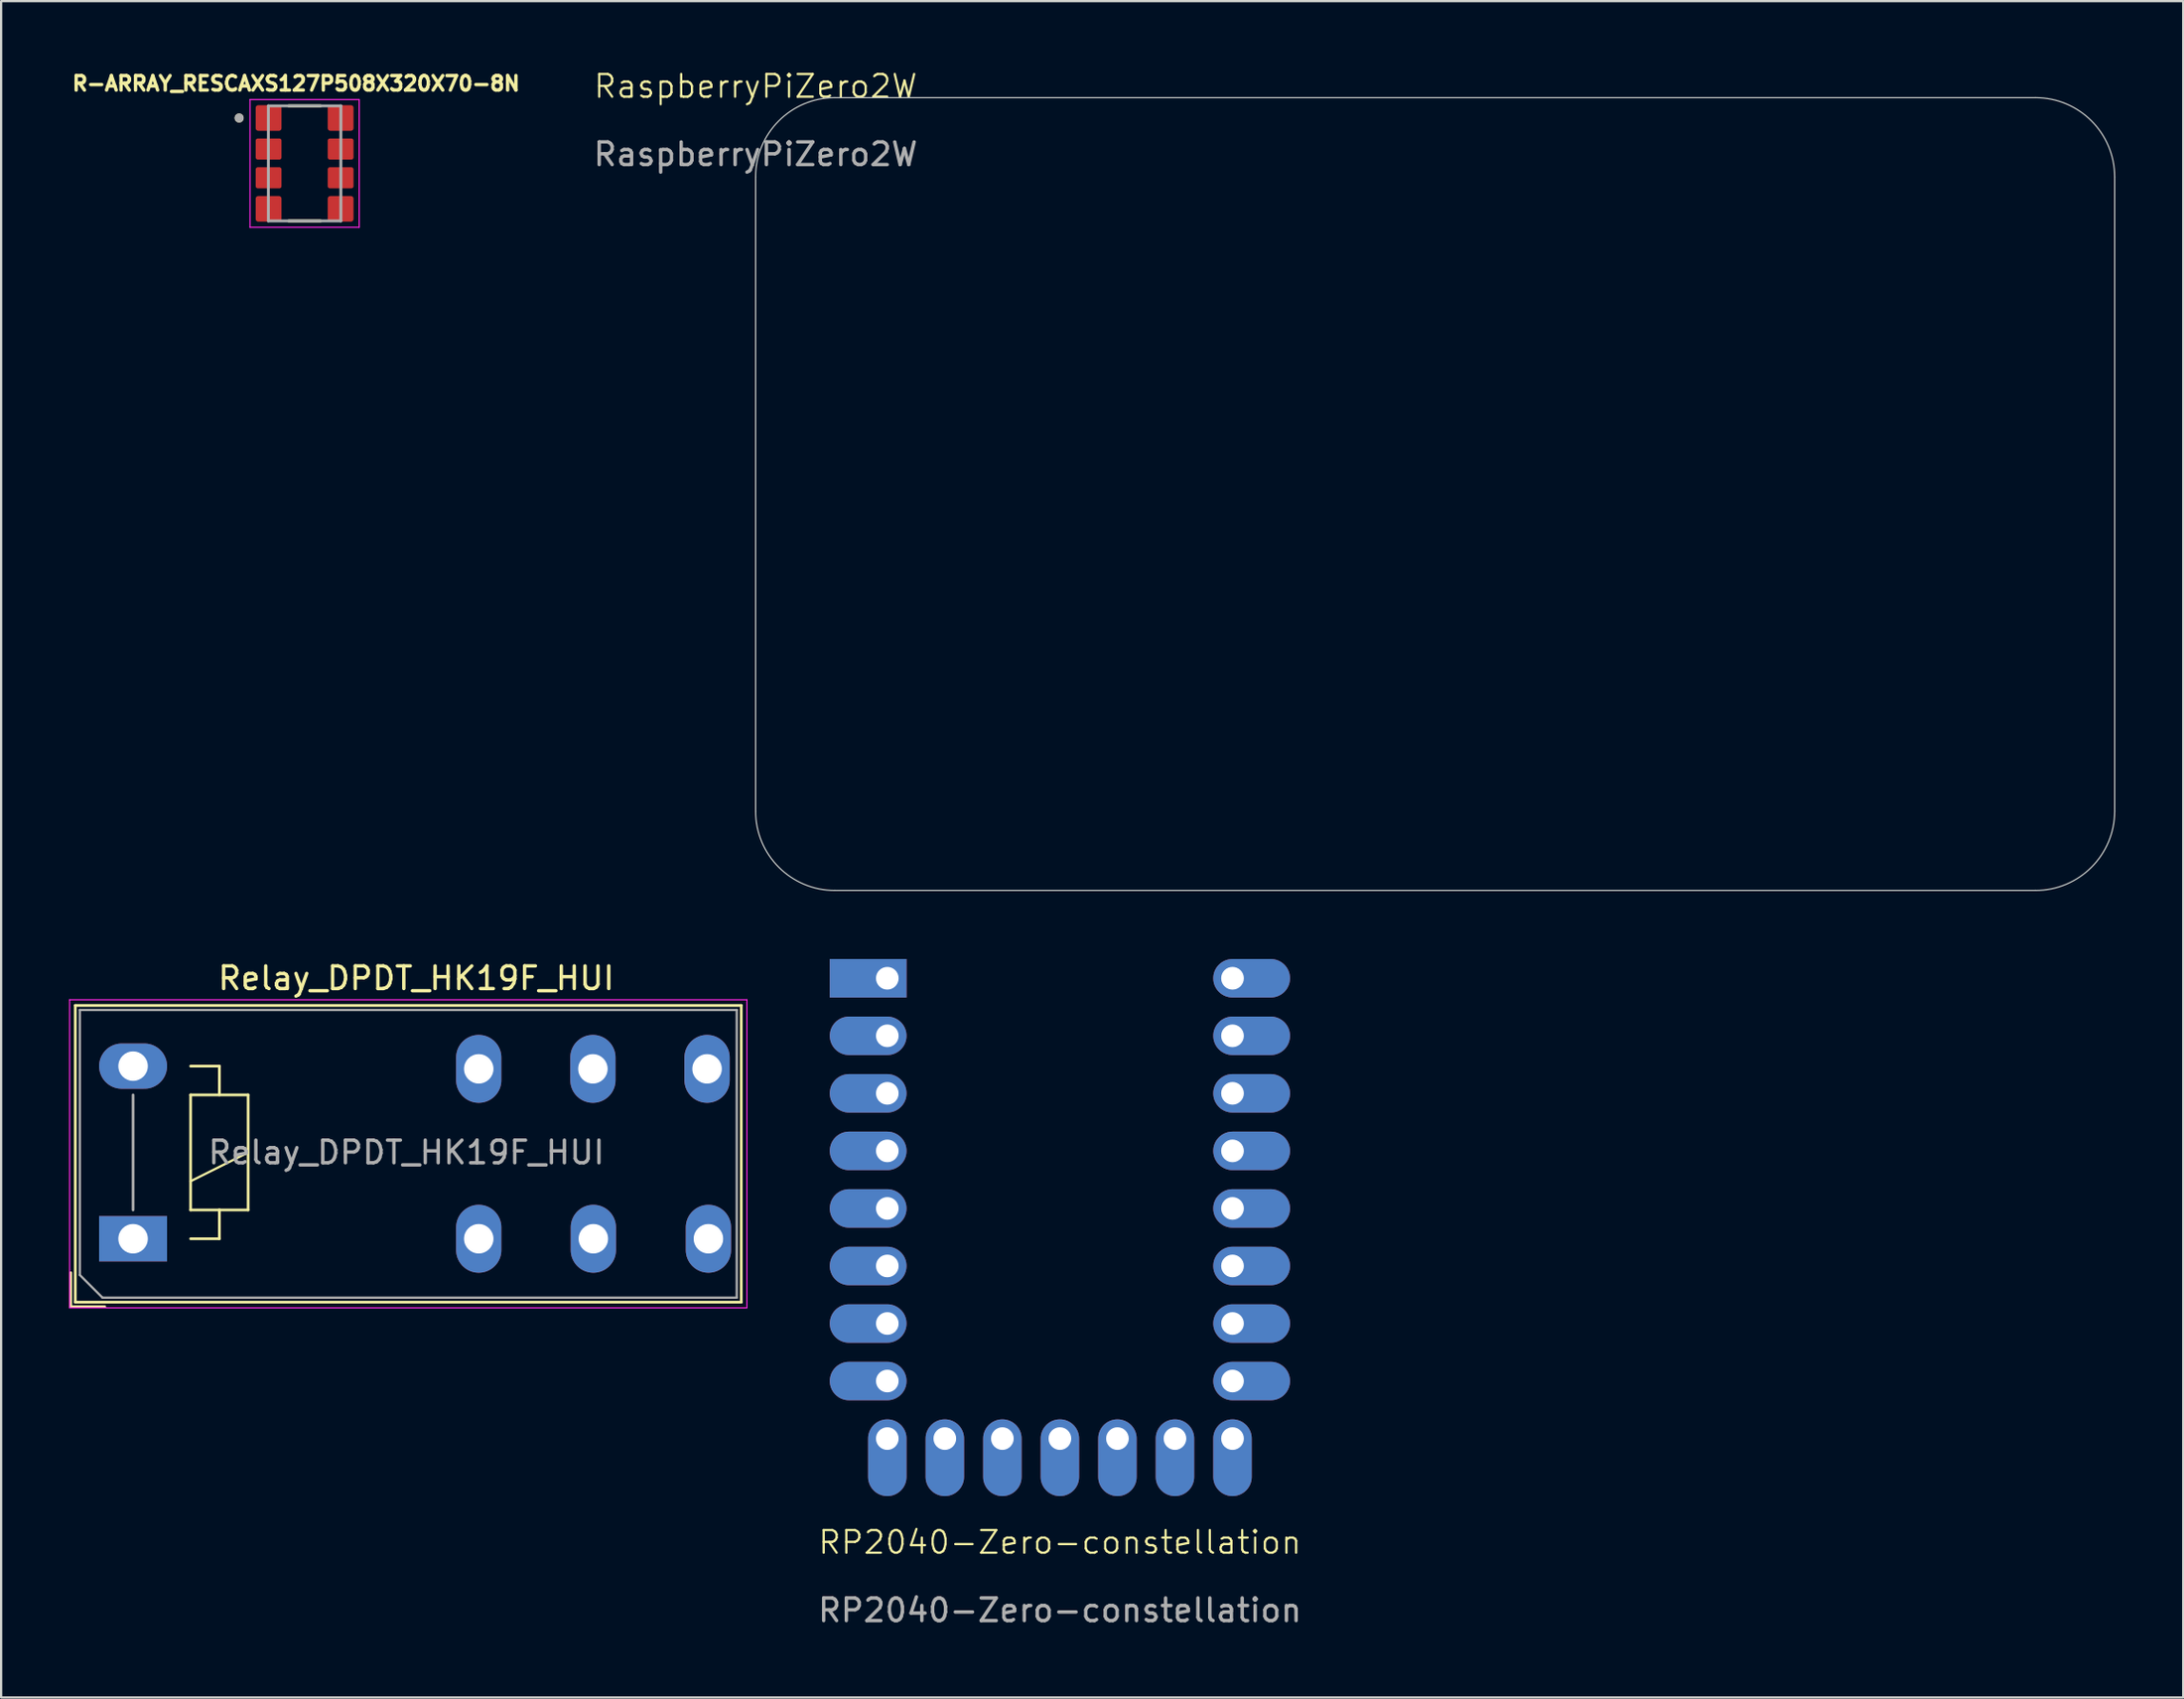
<source format=kicad_pcb>
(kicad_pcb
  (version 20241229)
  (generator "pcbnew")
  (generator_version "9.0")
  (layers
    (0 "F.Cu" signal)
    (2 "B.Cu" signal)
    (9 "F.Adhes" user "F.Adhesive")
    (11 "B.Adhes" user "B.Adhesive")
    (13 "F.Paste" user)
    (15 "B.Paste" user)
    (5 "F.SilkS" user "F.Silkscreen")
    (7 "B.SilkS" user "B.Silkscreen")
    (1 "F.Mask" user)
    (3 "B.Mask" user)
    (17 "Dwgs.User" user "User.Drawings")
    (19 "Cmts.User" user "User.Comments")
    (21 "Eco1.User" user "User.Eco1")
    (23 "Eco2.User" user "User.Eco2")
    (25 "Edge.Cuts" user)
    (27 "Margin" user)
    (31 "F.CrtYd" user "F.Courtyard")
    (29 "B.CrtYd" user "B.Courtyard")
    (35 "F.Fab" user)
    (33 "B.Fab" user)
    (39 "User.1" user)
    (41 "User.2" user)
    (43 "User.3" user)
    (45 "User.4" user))
  (footprint "Relay_DPDT_HK19F_HUI"
    (layer "F.Cu")
    (at 2.825 51.634)
    (property "Reference" "Relay_DPDT_HK19F_HUI" (at 12.5 -11.5 0) (layer "F.SilkS") (effects (font (size 1 1) (thickness 0.15))))
    (attr through_hole)
    (fp_line (start -2.75 1.5) (end -2.75 3) (stroke (width 0.12) (type solid)) (layer "F.SilkS"))
    (fp_line (start -2.75 3) (end -1.25 3) (stroke (width 0.12) (type solid)) (layer "F.SilkS"))
    (fp_line (start -2.55 -10.3) (end -2.55 2.8) (stroke (width 0.12) (type solid)) (layer "F.SilkS"))
    (fp_line (start -2.55 2.8) (end 26.85 2.8) (stroke (width 0.12) (type solid)) (layer "F.SilkS"))
    (fp_line (start 2.54 -6.35) (end 2.54 -1.27) (stroke (width 0.12) (type solid)) (layer "F.SilkS"))
    (fp_line (start 2.54 -2.54) (end 5.08 -3.81) (stroke (width 0.1) (type solid)) (layer "F.SilkS"))
    (fp_line (start 2.54 -1.27) (end 3.81 -1.27) (stroke (width 0.12) (type solid)) (layer "F.SilkS"))
    (fp_line (start 2.54 0) (end 3.81 0) (stroke (width 0.12) (type solid)) (layer "F.SilkS"))
    (fp_line (start 3.81 -7.62) (end 2.54 -7.62) (stroke (width 0.12) (type solid)) (layer "F.SilkS"))
    (fp_line (start 3.81 -6.35) (end 3.81 -7.62) (stroke (width 0.12) (type solid)) (layer "F.SilkS"))
    (fp_line (start 3.81 -1.27) (end 5.08 -1.27) (stroke (width 0.12) (type solid)) (layer "F.SilkS"))
    (fp_line (start 3.81 0) (end 3.81 -1.27) (stroke (width 0.12) (type solid)) (layer "F.SilkS"))
    (fp_line (start 5.08 -6.35) (end 2.54 -6.35) (stroke (width 0.12) (type solid)) (layer "F.SilkS"))
    (fp_line (start 5.08 -1.27) (end 5.08 -6.35) (stroke (width 0.12) (type solid)) (layer "F.SilkS"))
    (fp_line (start 26.85 -10.3) (end -2.55 -10.3) (stroke (width 0.12) (type solid)) (layer "F.SilkS"))
    (fp_line (start 26.85 2.8) (end 26.85 -10.3) (stroke (width 0.12) (type solid)) (layer "F.SilkS"))
    (fp_line (start -2.8 -10.55) (end -2.8 3.05) (stroke (width 0.05) (type solid)) (layer "F.CrtYd"))
    (fp_line (start -2.8 3.05) (end 27.1 3.05) (stroke (width 0.05) (type solid)) (layer "F.CrtYd"))
    (fp_line (start 27.1 -10.55) (end -2.8 -10.55) (stroke (width 0.05) (type solid)) (layer "F.CrtYd"))
    (fp_line (start 27.1 3.05) (end 27.1 -10.55) (stroke (width 0.05) (type solid)) (layer "F.CrtYd"))
    (fp_line (start -2.35 -10.1) (end -2.35 1.6) (stroke (width 0.1) (type solid)) (layer "F.Fab"))
    (fp_line (start -2.35 1.6) (end -1.35 2.6) (stroke (width 0.1) (type solid)) (layer "F.Fab"))
    (fp_line (start -1.35 2.6) (end 26.65 2.6) (stroke (width 0.1) (type solid)) (layer "F.Fab"))
    (fp_line (start 0 -1.27) (end 0 -6.35) (stroke (width 0.12) (type solid)) (layer "F.Fab"))
    (fp_line (start 26.65 -10.1) (end -2.35 -10.1) (stroke (width 0.1) (type solid)) (layer "F.Fab"))
    (fp_line (start 26.65 2.6) (end 26.65 -10.1) (stroke (width 0.1) (type solid)) (layer "F.Fab"))
    (fp_text user "${REFERENCE}" (at 12.065 -3.81 180) (layer "F.Fab") (effects (font (size 1 1) (thickness 0.15))))
    (pad "11" thru_hole oval (at 20.32 0 180) (size 2 3) (drill 1.3) (layers "*.Cu" "*.Mask"))
    (pad "12" thru_hole oval (at 15.26 0 180) (size 2 3) (drill 1.3) (layers "*.Cu" "*.Mask"))
    (pad "14" thru_hole oval (at 25.4 0 180) (size 2 3) (drill 1.3) (layers "*.Cu" "*.Mask"))
    (pad "21" thru_hole oval (at 20.3 -7.5 180) (size 2 3) (drill 1.3) (layers "*.Cu" "*.Mask"))
    (pad "22" thru_hole oval (at 15.26 -7.5 180) (size 2 3) (drill 1.3) (layers "*.Cu" "*.Mask"))
    (pad "24" thru_hole oval (at 25.34 -7.5 180) (size 2 3) (drill 1.3) (layers "*.Cu" "*.Mask"))
    (pad "A1" thru_hole rect (at 0 0 180) (size 3 2) (drill 1.3) (layers "*.Cu" "*.Mask"))
    (pad "A2" thru_hole oval (at 0 -7.62 180) (size 3 2) (drill 1.3) (layers "*.Cu" "*.Mask")))
  (footprint "RP2040-Zero-constellation"
    (layer "F.Cu")
    (at 43.742 65.535)
    (property "Reference" "RP2040-Zero-constellation" (at 0 -0.5 0) (unlocked yes) (layer "F.SilkS") (effects (font (size 1 1) (thickness 0.1))))
    (attr through_hole)
    (fp_text user "${REFERENCE}" (at 0 2.5 0) (unlocked yes) (layer "F.Fab") (effects (font (size 1 1) (thickness 0.15))))
    (pad "1" thru_hole rect (at -7.62 -25.4 180) (size 3.39 1.7) (drill 1 (offset 0.845 0)) (layers "*.Cu" "*.Mask"))
    (pad "2" thru_hole oval (at -7.62 -22.86 180) (size 3.39 1.7) (drill 1 (offset 0.845 0)) (layers "*.Cu" "*.Mask"))
    (pad "3" thru_hole oval (at -7.62 -20.32 180) (size 3.39 1.7) (drill 1 (offset 0.845 0)) (layers "*.Cu" "*.Mask"))
    (pad "4" thru_hole oval (at -7.62 -17.78 180) (size 3.39 1.7) (drill 1 (offset 0.845 0)) (layers "*.Cu" "*.Mask"))
    (pad "5" thru_hole oval (at -7.62 -15.24 180) (size 3.39 1.7) (drill 1 (offset 0.845 0)) (layers "*.Cu" "*.Mask"))
    (pad "6" thru_hole oval (at -7.62 -12.7 180) (size 3.39 1.7) (drill 1 (offset 0.845 0)) (layers "*.Cu" "*.Mask"))
    (pad "7" thru_hole oval (at -7.62 -10.16 180) (size 3.39 1.7) (drill 1 (offset 0.845 0)) (layers "*.Cu" "*.Mask"))
    (pad "8" thru_hole oval (at -7.62 -7.62 180) (size 3.39 1.7) (drill 1 (offset 0.845 0)) (layers "*.Cu" "*.Mask"))
    (pad "9" thru_hole oval (at -7.62 -5.08 180) (size 1.7 3.39) (drill 1 (offset 0 -0.845)) (layers "*.Cu" "*.Mask"))
    (pad "10" thru_hole oval (at -5.08 -5.08 180) (size 1.7 3.39) (drill 1 (offset 0 -0.845)) (layers "*.Cu" "*.Mask"))
    (pad "11" thru_hole oval (at -2.54 -5.08 180) (size 1.7 3.39) (drill 1 (offset 0 -0.845)) (layers "*.Cu" "*.Mask"))
    (pad "12" thru_hole oval (at 0 -5.08 180) (size 1.7 3.39) (drill 1 (offset 0 -0.845)) (layers "*.Cu" "*.Mask"))
    (pad "13" thru_hole oval (at 2.54 -5.08 180) (size 1.7 3.39) (drill 1 (offset 0 -0.845)) (layers "*.Cu" "*.Mask"))
    (pad "14" thru_hole oval (at 5.08 -5.08 180) (size 1.7 3.39) (drill 1 (offset 0 -0.845)) (layers "*.Cu" "*.Mask"))
    (pad "15" thru_hole oval (at 7.62 -5.08 180) (size 1.7 3.39) (drill 1 (offset 0 -0.845)) (layers "*.Cu" "*.Mask"))
    (pad "16" thru_hole oval (at 7.62 -7.62 180) (size 3.39 1.7) (drill 1 (offset -0.845 0)) (layers "*.Cu" "*.Mask"))
    (pad "17" thru_hole oval (at 7.62 -10.16 180) (size 3.39 1.7) (drill 1 (offset -0.845 0)) (layers "*.Cu" "*.Mask"))
    (pad "18" thru_hole oval (at 7.62 -12.7 180) (size 3.39 1.7) (drill 1 (offset -0.845 0)) (layers "*.Cu" "*.Mask"))
    (pad "19" thru_hole oval (at 7.62 -15.24 180) (size 3.39 1.7) (drill 1 (offset -0.845 0)) (layers "*.Cu" "*.Mask"))
    (pad "20" thru_hole oval (at 7.62 -17.78 180) (size 3.39 1.7) (drill 1 (offset -0.845 0)) (layers "*.Cu" "*.Mask"))
    (pad "21" thru_hole oval (at 7.62 -20.32 180) (size 3.39 1.7) (drill 1 (offset -0.845 0)) (layers "*.Cu" "*.Mask"))
    (pad "22" thru_hole oval (at 7.62 -22.86 180) (size 3.39 1.7) (drill 1 (offset -0.845 0)) (layers "*.Cu" "*.Mask"))
    (pad "23" thru_hole oval (at 7.62 -25.4 180) (size 3.39 1.7) (drill 1 (offset -0.845 0)) (layers "*.Cu" "*.Mask")))
  (footprint "RaspberryPiZero2W"
    (layer "F.Cu")
    (at 30.308 1.26)
    (property "Reference" "RaspberryPiZero2W" (at 0 -0.5 0) (unlocked yes) (layer "F.SilkS") (effects (font (size 1 1) (thickness 0.1))))
    (attr through_hole)
    (fp_line (start 0 31.5) (end 0 3.5) (stroke (width 0.05) (type default)) (layer "Edge.Cuts"))
    (fp_line (start 3.5 0) (end 56.5 0) (stroke (width 0.05) (type default)) (layer "Edge.Cuts"))
    (fp_line (start 56.5 35) (end 3.5 35) (stroke (width 0.05) (type default)) (layer "Edge.Cuts"))
    (fp_line (start 60 3.5) (end 60 31.5) (stroke (width 0.05) (type default)) (layer "Edge.Cuts"))
    (fp_arc (start 0 3.5) (mid 1.025126 1.025126) (end 3.5 0) (stroke (width 0.05) (type default)) (layer "Edge.Cuts"))
    (fp_arc (start 3.5 35) (mid 1.025126 33.974874) (end 0 31.5) (stroke (width 0.05) (type default)) (layer "Edge.Cuts"))
    (fp_arc (start 56.5 0) (mid 58.974874 1.025126) (end 60 3.5) (stroke (width 0.05) (type default)) (layer "Edge.Cuts"))
    (fp_arc (start 60 31.5) (mid 58.974874 33.974874) (end 56.5 35) (stroke (width 0.05) (type default)) (layer "Edge.Cuts"))
    (fp_text user "${REFERENCE}" (at 0 2.5 0) (unlocked yes) (layer "F.Fab") (effects (font (size 1 1) (thickness 0.15)))))
  (footprint "R-ARRAY_RESCAXS127P508X320X70-8N"
    (layer "F.Cu")
    (at 10.398 4.164)
    (property "Reference" "R-ARRAY_RESCAXS127P508X320X70-8N" (at -0.378 -3.526 0) (layer "F.SilkS") (effects (font (size 0.64 0.64) (thickness 0.15))))
    (attr smd)
    (fp_line (start -0.7 -2.54) (end 0.7 -2.54) (stroke (width 0.127) (type solid)) (layer "F.SilkS"))
    (fp_line (start -0.7 2.54) (end 0.7 2.54) (stroke (width 0.127) (type solid)) (layer "F.SilkS"))
    (fp_circle (center -2.89 -2.005) (end -2.79 -2.005) (stroke (width 0.2) (type solid)) (fill no) (layer "F.SilkS"))
    (fp_line (start -2.41 -2.82) (end -2.41 2.82) (stroke (width 0.05) (type solid)) (layer "F.CrtYd"))
    (fp_line (start -2.41 2.82) (end 2.41 2.82) (stroke (width 0.05) (type solid)) (layer "F.CrtYd"))
    (fp_line (start 2.41 -2.82) (end -2.41 -2.82) (stroke (width 0.05) (type solid)) (layer "F.CrtYd"))
    (fp_line (start 2.41 2.82) (end 2.41 -2.82) (stroke (width 0.05) (type solid)) (layer "F.CrtYd"))
    (fp_line (start -1.6 -2.54) (end -1.6 2.54) (stroke (width 0.127) (type solid)) (layer "F.Fab"))
    (fp_line (start -1.6 2.54) (end 1.6 2.54) (stroke (width 0.127) (type solid)) (layer "F.Fab"))
    (fp_line (start 1.6 -2.54) (end -1.6 -2.54) (stroke (width 0.127) (type solid)) (layer "F.Fab"))
    (fp_line (start 1.6 2.54) (end 1.6 -2.54) (stroke (width 0.127) (type solid)) (layer "F.Fab"))
    (fp_circle (center -2.89 -2.005) (end -2.79 -2.005) (stroke (width 0.2) (type solid)) (fill no) (layer "F.Fab"))
    (pad "1" smd roundrect (at -1.59 -2.005) (size 1.14 1.13) (layers "F.Cu" "F.Mask" "F.Paste") (roundrect_rratio 0.1))
    (pad "2" smd roundrect (at -1.59 -0.635) (size 1.14 0.93) (layers "F.Cu" "F.Mask" "F.Paste") (roundrect_rratio 0.1))
    (pad "3" smd roundrect (at -1.59 0.635) (size 1.14 0.93) (layers "F.Cu" "F.Mask" "F.Paste") (roundrect_rratio 0.1))
    (pad "4" smd roundrect (at -1.59 2.005) (size 1.14 1.13) (layers "F.Cu" "F.Mask" "F.Paste") (roundrect_rratio 0.1))
    (pad "5" smd roundrect (at 1.59 2.005) (size 1.14 1.13) (layers "F.Cu" "F.Mask" "F.Paste") (roundrect_rratio 0.1))
    (pad "6" smd roundrect (at 1.59 0.635) (size 1.14 0.93) (layers "F.Cu" "F.Mask" "F.Paste") (roundrect_rratio 0.1))
    (pad "7" smd roundrect (at 1.59 -0.635) (size 1.14 0.93) (layers "F.Cu" "F.Mask" "F.Paste") (roundrect_rratio 0.1))
    (pad "8" smd roundrect (at 1.59 -2.005) (size 1.14 1.13) (layers "F.Cu" "F.Mask" "F.Paste") (roundrect_rratio 0.1)))
  (gr_rect
    (start -3 -3)
    (end 93.333 71.884)
    (stroke (width 0.1) (type default))
    (fill no)
    (layer "Edge.Cuts")))
</source>
